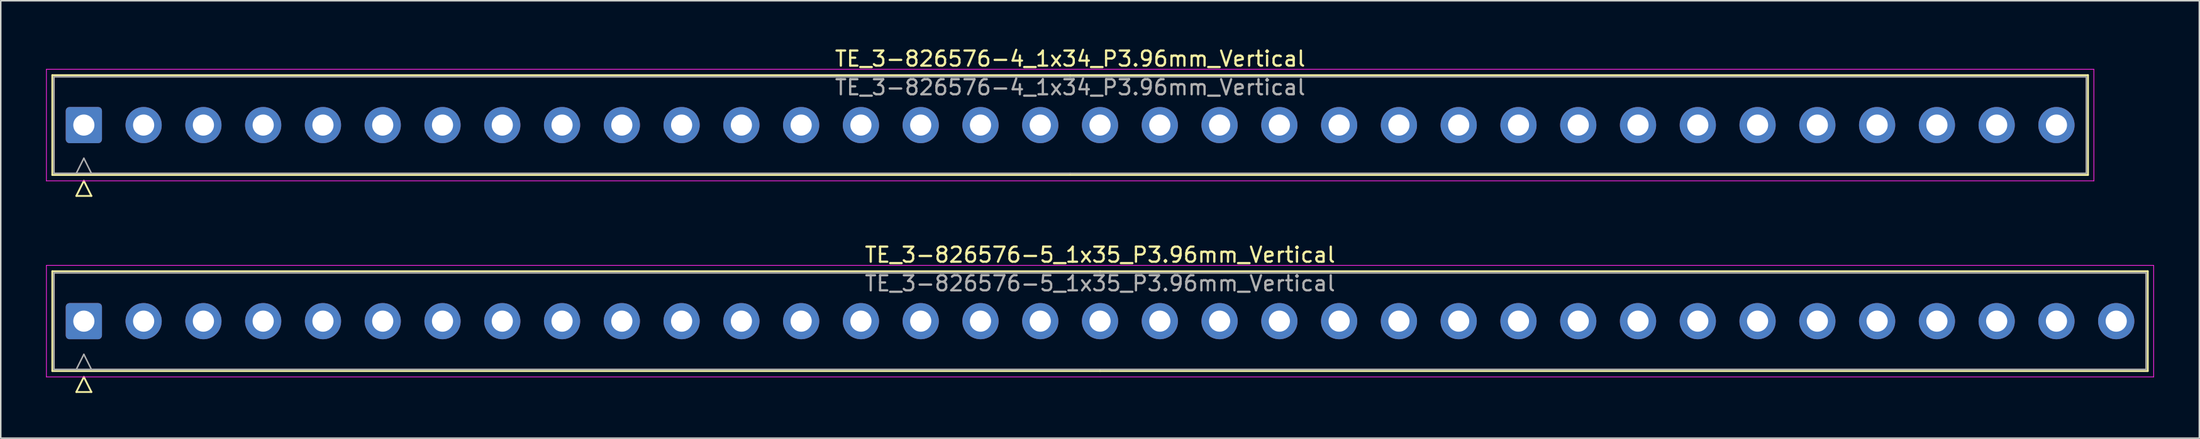
<source format=kicad_pcb>
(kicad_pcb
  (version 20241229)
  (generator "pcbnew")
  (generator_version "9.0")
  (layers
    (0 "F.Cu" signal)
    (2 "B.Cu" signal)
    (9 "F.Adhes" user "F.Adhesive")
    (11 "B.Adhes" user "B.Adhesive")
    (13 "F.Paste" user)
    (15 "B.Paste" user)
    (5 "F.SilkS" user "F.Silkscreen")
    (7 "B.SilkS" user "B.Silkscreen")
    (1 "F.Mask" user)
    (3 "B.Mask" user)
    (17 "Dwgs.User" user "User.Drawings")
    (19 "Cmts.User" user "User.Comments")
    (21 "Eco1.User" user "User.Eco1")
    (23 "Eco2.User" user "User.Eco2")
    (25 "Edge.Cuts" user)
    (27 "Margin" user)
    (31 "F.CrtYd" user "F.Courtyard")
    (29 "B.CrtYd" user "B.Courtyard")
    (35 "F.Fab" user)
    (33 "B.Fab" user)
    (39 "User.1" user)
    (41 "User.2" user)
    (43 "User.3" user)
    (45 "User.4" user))
  (footprint "TE_3-826576-4_1x34_P3.96mm_Vertical"
    (layer "F.Cu")
    (at 2.505 5.248)
    (property "Reference" "TE_3-826576-4_1x34_P3.96mm_Vertical" (at 65.34 -4.4 0) (layer "F.SilkS") (effects (font (size 1 1) (thickness 0.15))))
    (attr through_hole)
    (fp_line (start -2.09 -3.31) (end -2.09 3.31) (stroke (width 0.12) (type solid)) (layer "F.SilkS"))
    (fp_line (start -2.09 3.31) (end 65.34 3.31) (stroke (width 0.12) (type solid)) (layer "F.SilkS"))
    (fp_line (start -0.5 4.7) (end 0 3.7) (stroke (width 0.12) (type solid)) (layer "F.SilkS"))
    (fp_line (start 0 3.7) (end 0.5 4.7) (stroke (width 0.12) (type solid)) (layer "F.SilkS"))
    (fp_line (start 0.5 4.7) (end -0.5 4.7) (stroke (width 0.12) (type solid)) (layer "F.SilkS"))
    (fp_line (start 65.34 -3.31) (end -2.09 -3.31) (stroke (width 0.12) (type solid)) (layer "F.SilkS"))
    (fp_line (start 65.34 -3.31) (end 132.77 -3.31) (stroke (width 0.12) (type solid)) (layer "F.SilkS"))
    (fp_line (start 132.77 -3.31) (end 132.77 3.31) (stroke (width 0.12) (type solid)) (layer "F.SilkS"))
    (fp_line (start 132.77 3.31) (end 65.34 3.31) (stroke (width 0.12) (type solid)) (layer "F.SilkS"))
    (fp_line (start -2.48 -3.7) (end -2.48 3.7) (stroke (width 0.05) (type solid)) (layer "F.CrtYd"))
    (fp_line (start -2.48 3.7) (end 133.16 3.7) (stroke (width 0.05) (type solid)) (layer "F.CrtYd"))
    (fp_line (start 133.16 -3.7) (end -2.48 -3.7) (stroke (width 0.05) (type solid)) (layer "F.CrtYd"))
    (fp_line (start 133.16 3.7) (end 133.16 -3.7) (stroke (width 0.05) (type solid)) (layer "F.CrtYd"))
    (fp_line (start -1.98 -3.2) (end -1.98 3.2) (stroke (width 0.1) (type solid)) (layer "F.Fab"))
    (fp_line (start -1.98 3.2) (end 65.34 3.2) (stroke (width 0.1) (type solid)) (layer "F.Fab"))
    (fp_line (start -0.5 3.2) (end 0 2.2) (stroke (width 0.1) (type solid)) (layer "F.Fab"))
    (fp_line (start 0 2.2) (end 0.5 3.2) (stroke (width 0.1) (type solid)) (layer "F.Fab"))
    (fp_line (start 65.34 -3.2) (end -1.98 -3.2) (stroke (width 0.1) (type solid)) (layer "F.Fab"))
    (fp_line (start 65.34 -3.2) (end 132.66 -3.2) (stroke (width 0.1) (type solid)) (layer "F.Fab"))
    (fp_line (start 132.66 -3.2) (end 132.66 3.2) (stroke (width 0.1) (type solid)) (layer "F.Fab"))
    (fp_line (start 132.66 3.2) (end 65.34 3.2) (stroke (width 0.1) (type solid)) (layer "F.Fab"))
    (fp_text user "${REFERENCE}" (at 65.34 -2.5 0) (layer "F.Fab") (effects (font (size 1 1) (thickness 0.15))))
    (pad "1" thru_hole roundrect (at 0 0) (size 2.4 2.4) (drill 1.4) (layers "*.Cu" "*.Mask") (roundrect_rratio 0.104))
    (pad "2" thru_hole circle (at 3.96 0) (size 2.4 2.4) (drill 1.4) (layers "*.Cu" "*.Mask"))
    (pad "3" thru_hole circle (at 7.92 0) (size 2.4 2.4) (drill 1.4) (layers "*.Cu" "*.Mask"))
    (pad "4" thru_hole circle (at 11.88 0) (size 2.4 2.4) (drill 1.4) (layers "*.Cu" "*.Mask"))
    (pad "5" thru_hole circle (at 15.84 0) (size 2.4 2.4) (drill 1.4) (layers "*.Cu" "*.Mask"))
    (pad "6" thru_hole circle (at 19.8 0) (size 2.4 2.4) (drill 1.4) (layers "*.Cu" "*.Mask"))
    (pad "7" thru_hole circle (at 23.76 0) (size 2.4 2.4) (drill 1.4) (layers "*.Cu" "*.Mask"))
    (pad "8" thru_hole circle (at 27.72 0) (size 2.4 2.4) (drill 1.4) (layers "*.Cu" "*.Mask"))
    (pad "9" thru_hole circle (at 31.68 0) (size 2.4 2.4) (drill 1.4) (layers "*.Cu" "*.Mask"))
    (pad "10" thru_hole circle (at 35.64 0) (size 2.4 2.4) (drill 1.4) (layers "*.Cu" "*.Mask"))
    (pad "11" thru_hole circle (at 39.6 0) (size 2.4 2.4) (drill 1.4) (layers "*.Cu" "*.Mask"))
    (pad "12" thru_hole circle (at 43.56 0) (size 2.4 2.4) (drill 1.4) (layers "*.Cu" "*.Mask"))
    (pad "13" thru_hole circle (at 47.52 0) (size 2.4 2.4) (drill 1.4) (layers "*.Cu" "*.Mask"))
    (pad "14" thru_hole circle (at 51.48 0) (size 2.4 2.4) (drill 1.4) (layers "*.Cu" "*.Mask"))
    (pad "15" thru_hole circle (at 55.44 0) (size 2.4 2.4) (drill 1.4) (layers "*.Cu" "*.Mask"))
    (pad "16" thru_hole circle (at 59.4 0) (size 2.4 2.4) (drill 1.4) (layers "*.Cu" "*.Mask"))
    (pad "17" thru_hole circle (at 63.36 0) (size 2.4 2.4) (drill 1.4) (layers "*.Cu" "*.Mask"))
    (pad "18" thru_hole circle (at 67.32 0) (size 2.4 2.4) (drill 1.4) (layers "*.Cu" "*.Mask"))
    (pad "19" thru_hole circle (at 71.28 0) (size 2.4 2.4) (drill 1.4) (layers "*.Cu" "*.Mask"))
    (pad "20" thru_hole circle (at 75.24 0) (size 2.4 2.4) (drill 1.4) (layers "*.Cu" "*.Mask"))
    (pad "21" thru_hole circle (at 79.2 0) (size 2.4 2.4) (drill 1.4) (layers "*.Cu" "*.Mask"))
    (pad "22" thru_hole circle (at 83.16 0) (size 2.4 2.4) (drill 1.4) (layers "*.Cu" "*.Mask"))
    (pad "23" thru_hole circle (at 87.12 0) (size 2.4 2.4) (drill 1.4) (layers "*.Cu" "*.Mask"))
    (pad "24" thru_hole circle (at 91.08 0) (size 2.4 2.4) (drill 1.4) (layers "*.Cu" "*.Mask"))
    (pad "25" thru_hole circle (at 95.04 0) (size 2.4 2.4) (drill 1.4) (layers "*.Cu" "*.Mask"))
    (pad "26" thru_hole circle (at 99 0) (size 2.4 2.4) (drill 1.4) (layers "*.Cu" "*.Mask"))
    (pad "27" thru_hole circle (at 102.96 0) (size 2.4 2.4) (drill 1.4) (layers "*.Cu" "*.Mask"))
    (pad "28" thru_hole circle (at 106.92 0) (size 2.4 2.4) (drill 1.4) (layers "*.Cu" "*.Mask"))
    (pad "29" thru_hole circle (at 110.88 0) (size 2.4 2.4) (drill 1.4) (layers "*.Cu" "*.Mask"))
    (pad "30" thru_hole circle (at 114.84 0) (size 2.4 2.4) (drill 1.4) (layers "*.Cu" "*.Mask"))
    (pad "31" thru_hole circle (at 118.8 0) (size 2.4 2.4) (drill 1.4) (layers "*.Cu" "*.Mask"))
    (pad "32" thru_hole circle (at 122.76 0) (size 2.4 2.4) (drill 1.4) (layers "*.Cu" "*.Mask"))
    (pad "33" thru_hole circle (at 126.72 0) (size 2.4 2.4) (drill 1.4) (layers "*.Cu" "*.Mask"))
    (pad "34" thru_hole circle (at 130.68 0) (size 2.4 2.4) (drill 1.4) (layers "*.Cu" "*.Mask")))
  (footprint "TE_3-826576-5_1x35_P3.96mm_Vertical"
    (layer "F.Cu")
    (at 2.505 18.256)
    (property "Reference" "TE_3-826576-5_1x35_P3.96mm_Vertical" (at 67.32 -4.4 0) (layer "F.SilkS") (effects (font (size 1 1) (thickness 0.15))))
    (attr through_hole)
    (fp_line (start -2.09 -3.31) (end -2.09 3.31) (stroke (width 0.12) (type solid)) (layer "F.SilkS"))
    (fp_line (start -2.09 3.31) (end 67.32 3.31) (stroke (width 0.12) (type solid)) (layer "F.SilkS"))
    (fp_line (start -0.5 4.7) (end 0 3.7) (stroke (width 0.12) (type solid)) (layer "F.SilkS"))
    (fp_line (start 0 3.7) (end 0.5 4.7) (stroke (width 0.12) (type solid)) (layer "F.SilkS"))
    (fp_line (start 0.5 4.7) (end -0.5 4.7) (stroke (width 0.12) (type solid)) (layer "F.SilkS"))
    (fp_line (start 67.32 -3.31) (end -2.09 -3.31) (stroke (width 0.12) (type solid)) (layer "F.SilkS"))
    (fp_line (start 67.32 -3.31) (end 136.73 -3.31) (stroke (width 0.12) (type solid)) (layer "F.SilkS"))
    (fp_line (start 136.73 -3.31) (end 136.73 3.31) (stroke (width 0.12) (type solid)) (layer "F.SilkS"))
    (fp_line (start 136.73 3.31) (end 67.32 3.31) (stroke (width 0.12) (type solid)) (layer "F.SilkS"))
    (fp_line (start -2.48 -3.7) (end -2.48 3.7) (stroke (width 0.05) (type solid)) (layer "F.CrtYd"))
    (fp_line (start -2.48 3.7) (end 137.12 3.7) (stroke (width 0.05) (type solid)) (layer "F.CrtYd"))
    (fp_line (start 137.12 -3.7) (end -2.48 -3.7) (stroke (width 0.05) (type solid)) (layer "F.CrtYd"))
    (fp_line (start 137.12 3.7) (end 137.12 -3.7) (stroke (width 0.05) (type solid)) (layer "F.CrtYd"))
    (fp_line (start -1.98 -3.2) (end -1.98 3.2) (stroke (width 0.1) (type solid)) (layer "F.Fab"))
    (fp_line (start -1.98 3.2) (end 67.32 3.2) (stroke (width 0.1) (type solid)) (layer "F.Fab"))
    (fp_line (start -0.5 3.2) (end 0 2.2) (stroke (width 0.1) (type solid)) (layer "F.Fab"))
    (fp_line (start 0 2.2) (end 0.5 3.2) (stroke (width 0.1) (type solid)) (layer "F.Fab"))
    (fp_line (start 67.32 -3.2) (end -1.98 -3.2) (stroke (width 0.1) (type solid)) (layer "F.Fab"))
    (fp_line (start 67.32 -3.2) (end 136.62 -3.2) (stroke (width 0.1) (type solid)) (layer "F.Fab"))
    (fp_line (start 136.62 -3.2) (end 136.62 3.2) (stroke (width 0.1) (type solid)) (layer "F.Fab"))
    (fp_line (start 136.62 3.2) (end 67.32 3.2) (stroke (width 0.1) (type solid)) (layer "F.Fab"))
    (fp_text user "${REFERENCE}" (at 67.32 -2.5 0) (layer "F.Fab") (effects (font (size 1 1) (thickness 0.15))))
    (pad "1" thru_hole roundrect (at 0 0) (size 2.4 2.4) (drill 1.4) (layers "*.Cu" "*.Mask") (roundrect_rratio 0.104))
    (pad "2" thru_hole circle (at 3.96 0) (size 2.4 2.4) (drill 1.4) (layers "*.Cu" "*.Mask"))
    (pad "3" thru_hole circle (at 7.92 0) (size 2.4 2.4) (drill 1.4) (layers "*.Cu" "*.Mask"))
    (pad "4" thru_hole circle (at 11.88 0) (size 2.4 2.4) (drill 1.4) (layers "*.Cu" "*.Mask"))
    (pad "5" thru_hole circle (at 15.84 0) (size 2.4 2.4) (drill 1.4) (layers "*.Cu" "*.Mask"))
    (pad "6" thru_hole circle (at 19.8 0) (size 2.4 2.4) (drill 1.4) (layers "*.Cu" "*.Mask"))
    (pad "7" thru_hole circle (at 23.76 0) (size 2.4 2.4) (drill 1.4) (layers "*.Cu" "*.Mask"))
    (pad "8" thru_hole circle (at 27.72 0) (size 2.4 2.4) (drill 1.4) (layers "*.Cu" "*.Mask"))
    (pad "9" thru_hole circle (at 31.68 0) (size 2.4 2.4) (drill 1.4) (layers "*.Cu" "*.Mask"))
    (pad "10" thru_hole circle (at 35.64 0) (size 2.4 2.4) (drill 1.4) (layers "*.Cu" "*.Mask"))
    (pad "11" thru_hole circle (at 39.6 0) (size 2.4 2.4) (drill 1.4) (layers "*.Cu" "*.Mask"))
    (pad "12" thru_hole circle (at 43.56 0) (size 2.4 2.4) (drill 1.4) (layers "*.Cu" "*.Mask"))
    (pad "13" thru_hole circle (at 47.52 0) (size 2.4 2.4) (drill 1.4) (layers "*.Cu" "*.Mask"))
    (pad "14" thru_hole circle (at 51.48 0) (size 2.4 2.4) (drill 1.4) (layers "*.Cu" "*.Mask"))
    (pad "15" thru_hole circle (at 55.44 0) (size 2.4 2.4) (drill 1.4) (layers "*.Cu" "*.Mask"))
    (pad "16" thru_hole circle (at 59.4 0) (size 2.4 2.4) (drill 1.4) (layers "*.Cu" "*.Mask"))
    (pad "17" thru_hole circle (at 63.36 0) (size 2.4 2.4) (drill 1.4) (layers "*.Cu" "*.Mask"))
    (pad "18" thru_hole circle (at 67.32 0) (size 2.4 2.4) (drill 1.4) (layers "*.Cu" "*.Mask"))
    (pad "19" thru_hole circle (at 71.28 0) (size 2.4 2.4) (drill 1.4) (layers "*.Cu" "*.Mask"))
    (pad "20" thru_hole circle (at 75.24 0) (size 2.4 2.4) (drill 1.4) (layers "*.Cu" "*.Mask"))
    (pad "21" thru_hole circle (at 79.2 0) (size 2.4 2.4) (drill 1.4) (layers "*.Cu" "*.Mask"))
    (pad "22" thru_hole circle (at 83.16 0) (size 2.4 2.4) (drill 1.4) (layers "*.Cu" "*.Mask"))
    (pad "23" thru_hole circle (at 87.12 0) (size 2.4 2.4) (drill 1.4) (layers "*.Cu" "*.Mask"))
    (pad "24" thru_hole circle (at 91.08 0) (size 2.4 2.4) (drill 1.4) (layers "*.Cu" "*.Mask"))
    (pad "25" thru_hole circle (at 95.04 0) (size 2.4 2.4) (drill 1.4) (layers "*.Cu" "*.Mask"))
    (pad "26" thru_hole circle (at 99 0) (size 2.4 2.4) (drill 1.4) (layers "*.Cu" "*.Mask"))
    (pad "27" thru_hole circle (at 102.96 0) (size 2.4 2.4) (drill 1.4) (layers "*.Cu" "*.Mask"))
    (pad "28" thru_hole circle (at 106.92 0) (size 2.4 2.4) (drill 1.4) (layers "*.Cu" "*.Mask"))
    (pad "29" thru_hole circle (at 110.88 0) (size 2.4 2.4) (drill 1.4) (layers "*.Cu" "*.Mask"))
    (pad "30" thru_hole circle (at 114.84 0) (size 2.4 2.4) (drill 1.4) (layers "*.Cu" "*.Mask"))
    (pad "31" thru_hole circle (at 118.8 0) (size 2.4 2.4) (drill 1.4) (layers "*.Cu" "*.Mask"))
    (pad "32" thru_hole circle (at 122.76 0) (size 2.4 2.4) (drill 1.4) (layers "*.Cu" "*.Mask"))
    (pad "33" thru_hole circle (at 126.72 0) (size 2.4 2.4) (drill 1.4) (layers "*.Cu" "*.Mask"))
    (pad "34" thru_hole circle (at 130.68 0) (size 2.4 2.4) (drill 1.4) (layers "*.Cu" "*.Mask"))
    (pad "35" thru_hole circle (at 134.64 0) (size 2.4 2.4) (drill 1.4) (layers "*.Cu" "*.Mask")))
  (gr_rect
    (start -3 -3)
    (end 142.65 26.017)
    (stroke (width 0.1) (type default))
    (fill no)
    (layer "Edge.Cuts")))
</source>
